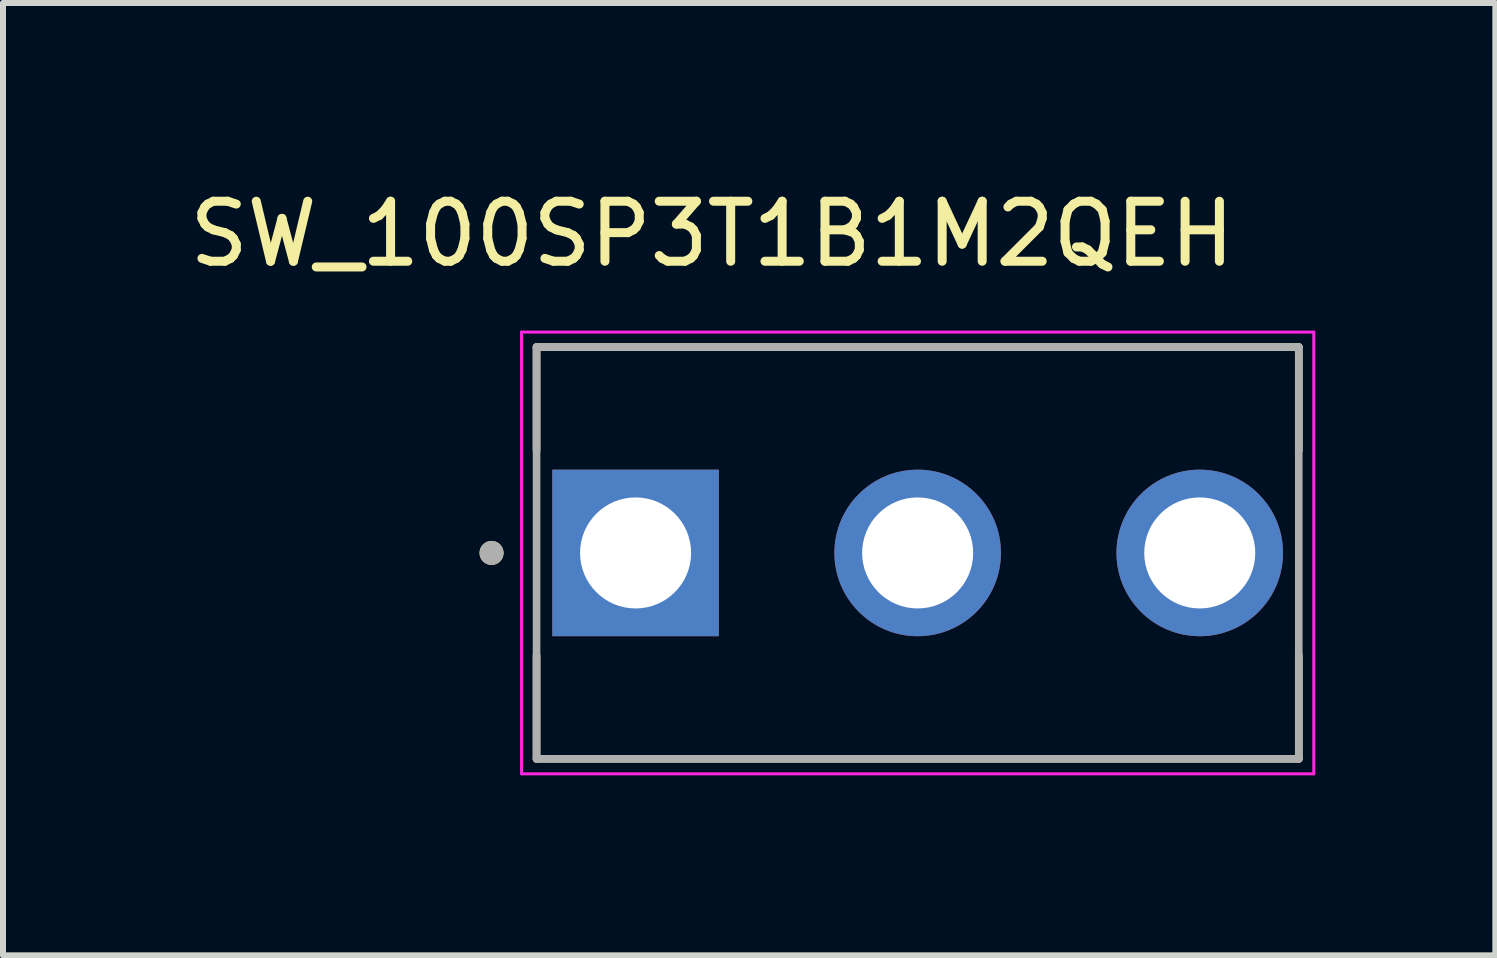
<source format=kicad_pcb>
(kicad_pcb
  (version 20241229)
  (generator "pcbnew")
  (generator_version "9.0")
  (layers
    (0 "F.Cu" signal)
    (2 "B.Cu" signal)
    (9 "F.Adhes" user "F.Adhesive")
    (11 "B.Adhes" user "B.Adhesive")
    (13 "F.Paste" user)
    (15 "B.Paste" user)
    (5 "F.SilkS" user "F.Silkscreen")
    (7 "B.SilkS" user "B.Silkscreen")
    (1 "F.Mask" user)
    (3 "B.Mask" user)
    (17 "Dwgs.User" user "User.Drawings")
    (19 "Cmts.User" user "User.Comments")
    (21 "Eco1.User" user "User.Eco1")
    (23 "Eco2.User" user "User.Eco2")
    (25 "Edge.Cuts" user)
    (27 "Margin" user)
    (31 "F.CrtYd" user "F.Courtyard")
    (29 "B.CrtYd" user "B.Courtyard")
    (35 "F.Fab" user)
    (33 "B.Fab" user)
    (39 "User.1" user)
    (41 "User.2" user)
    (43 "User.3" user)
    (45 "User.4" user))
  (footprint "SW_100SP3T1B1M2QEH"
    (layer "F.Cu")
    (at 12.24 6.163)
    (property "Reference" "SW_100SP3T1B1M2QEH" (at -3.425 -5.315 0) (layer "F.SilkS") (effects (font (size 1 1) (thickness 0.15))))
    (attr through_hole)
    (fp_line (start -6.35 -3.43) (end 6.35 -3.43) (stroke (width 0.127) (type solid)) (layer "F.SilkS"))
    (fp_line (start -6.35 -1.708) (end -6.35 -3.43) (stroke (width 0.127) (type solid)) (layer "F.SilkS"))
    (fp_line (start -6.35 3.43) (end -6.35 1.708) (stroke (width 0.127) (type solid)) (layer "F.SilkS"))
    (fp_line (start 6.35 -3.43) (end 6.35 -1.708) (stroke (width 0.127) (type solid)) (layer "F.SilkS"))
    (fp_line (start 6.35 3.43) (end -6.35 3.43) (stroke (width 0.127) (type solid)) (layer "F.SilkS"))
    (fp_line (start 6.35 3.43) (end 6.35 1.708) (stroke (width 0.127) (type solid)) (layer "F.SilkS"))
    (fp_circle (center -7.1 0) (end -7 0) (stroke (width 0.2) (type solid)) (fill no) (layer "F.SilkS"))
    (fp_line (start -6.6 -3.68) (end -6.6 3.68) (stroke (width 0.05) (type solid)) (layer "F.CrtYd"))
    (fp_line (start -6.6 3.68) (end 6.6 3.68) (stroke (width 0.05) (type solid)) (layer "F.CrtYd"))
    (fp_line (start 6.6 -3.68) (end -6.6 -3.68) (stroke (width 0.05) (type solid)) (layer "F.CrtYd"))
    (fp_line (start 6.6 3.68) (end 6.6 -3.68) (stroke (width 0.05) (type solid)) (layer "F.CrtYd"))
    (fp_line (start -6.35 -3.43) (end 6.35 -3.43) (stroke (width 0.127) (type solid)) (layer "F.Fab"))
    (fp_line (start -6.35 3.43) (end -6.35 -3.43) (stroke (width 0.127) (type solid)) (layer "F.Fab"))
    (fp_line (start 6.35 -3.43) (end 6.35 3.43) (stroke (width 0.127) (type solid)) (layer "F.Fab"))
    (fp_line (start 6.35 3.43) (end -6.35 3.43) (stroke (width 0.127) (type solid)) (layer "F.Fab"))
    (fp_circle (center -7.1 0) (end -7 0) (stroke (width 0.2) (type solid)) (fill no) (layer "F.Fab"))
    (pad "1" thru_hole rect (at -4.7 0) (size 2.775 2.775) (drill 1.85) (layers "*.Cu" "*.Mask"))
    (pad "2" thru_hole circle (at 0 0) (size 2.775 2.775) (drill 1.85) (layers "*.Cu" "*.Mask"))
    (pad "3" thru_hole circle (at 4.7 0) (size 2.775 2.775) (drill 1.85) (layers "*.Cu" "*.Mask")))
  (gr_rect
    (start -3 -3)
    (end 21.865 12.868)
    (stroke (width 0.1) (type default))
    (fill no)
    (layer "Edge.Cuts")))
</source>
